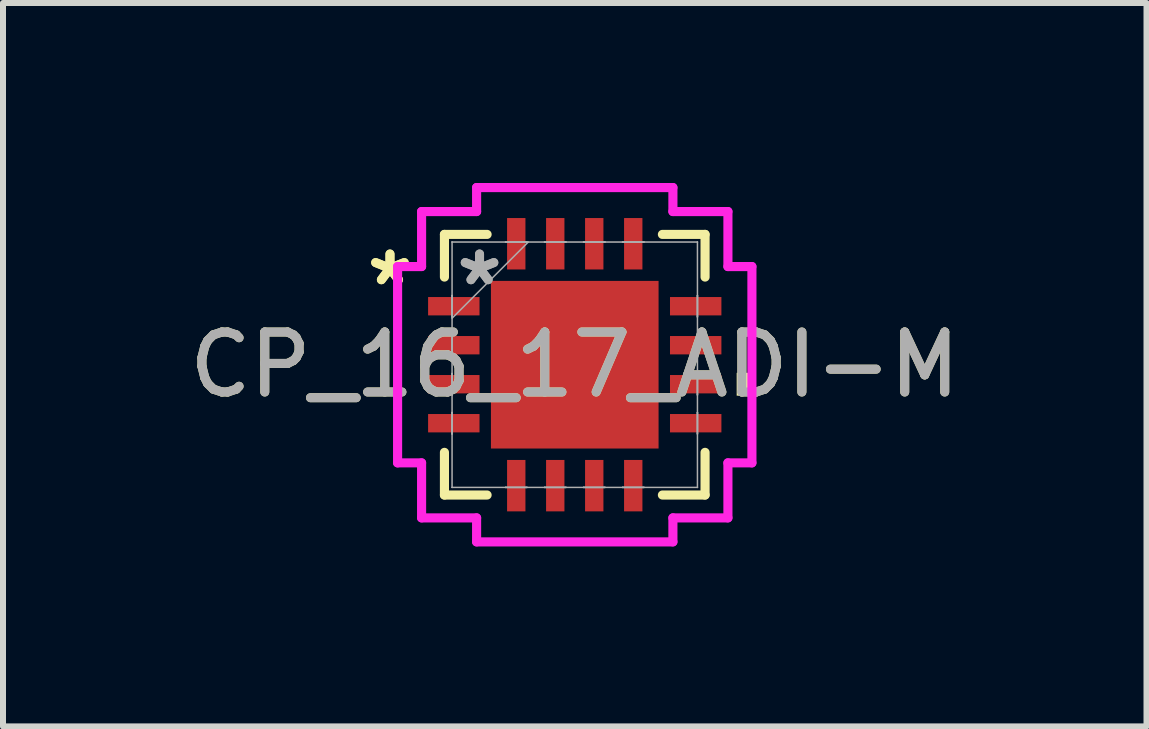
<source format=kicad_pcb>
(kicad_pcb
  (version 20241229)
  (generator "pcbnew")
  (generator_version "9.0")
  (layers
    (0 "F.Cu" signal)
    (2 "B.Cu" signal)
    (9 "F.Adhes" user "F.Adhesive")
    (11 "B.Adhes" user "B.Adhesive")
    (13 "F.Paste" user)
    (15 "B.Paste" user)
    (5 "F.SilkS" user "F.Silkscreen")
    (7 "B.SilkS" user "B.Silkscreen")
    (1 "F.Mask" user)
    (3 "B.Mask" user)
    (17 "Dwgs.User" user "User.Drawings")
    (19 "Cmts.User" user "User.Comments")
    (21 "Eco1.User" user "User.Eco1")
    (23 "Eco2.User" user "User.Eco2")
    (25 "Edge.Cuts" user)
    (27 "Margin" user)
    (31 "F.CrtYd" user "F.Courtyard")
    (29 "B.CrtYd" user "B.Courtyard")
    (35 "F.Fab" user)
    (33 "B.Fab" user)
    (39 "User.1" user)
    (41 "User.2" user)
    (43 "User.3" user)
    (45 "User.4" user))
  (footprint "CP_16_17_ADI-M"
    (layer "F.Cu")
    (at 6.53 3.029)
    (property "Reference" "CP_16_17_ADI-M" (at 0 0 0) (unlocked yes) (layer "F.SilkS") (effects (font (size 1 1) (thickness 0.15))))
    (attr smd)
    (fp_line (start -2.172 -2.172) (end -2.172 -1.461) (stroke (width 0.152) (type solid)) (layer "F.SilkS"))
    (fp_line (start -2.172 1.461) (end -2.172 2.172) (stroke (width 0.152) (type solid)) (layer "F.SilkS"))
    (fp_line (start -2.172 2.172) (end -1.461 2.172) (stroke (width 0.152) (type solid)) (layer "F.SilkS"))
    (fp_line (start -1.461 -2.172) (end -2.172 -2.172) (stroke (width 0.152) (type solid)) (layer "F.SilkS"))
    (fp_line (start 1.461 2.172) (end 2.172 2.172) (stroke (width 0.152) (type solid)) (layer "F.SilkS"))
    (fp_line (start 2.172 -2.172) (end 1.461 -2.172) (stroke (width 0.152) (type solid)) (layer "F.SilkS"))
    (fp_line (start 2.172 -1.461) (end 2.172 -2.172) (stroke (width 0.152) (type solid)) (layer "F.SilkS"))
    (fp_line (start 2.172 2.172) (end 2.172 1.461) (stroke (width 0.152) (type solid)) (layer "F.SilkS"))
    (fp_poly (pts (xy 2.953 0.135) (xy 2.953 0.516) (xy 2.699 0.516) (xy 2.699 0.135)) (stroke (width 0) (type solid)) (fill yes) (layer "F.SilkS"))
    (fp_poly (pts (xy -1.297 -1.297) (xy -1.297 -0.1) (xy -0.1 -0.1) (xy -0.1 -1.297)) (stroke (width 0) (type solid)) (fill yes) (layer "F.Paste"))
    (fp_poly (pts (xy -1.297 0.1) (xy -1.297 1.297) (xy -0.1 1.297) (xy -0.1 0.1)) (stroke (width 0) (type solid)) (fill yes) (layer "F.Paste"))
    (fp_poly (pts (xy 0.1 -1.297) (xy 0.1 -0.1) (xy 1.297 -0.1) (xy 1.297 -1.297)) (stroke (width 0) (type solid)) (fill yes) (layer "F.Paste"))
    (fp_poly (pts (xy 0.1 0.1) (xy 0.1 1.297) (xy 1.297 1.297) (xy 1.297 0.1)) (stroke (width 0) (type solid)) (fill yes) (layer "F.Paste"))
    (fp_line (start -2.953 -1.636) (end -2.553 -1.636) (stroke (width 0.152) (type solid)) (layer "F.CrtYd"))
    (fp_line (start -2.953 1.636) (end -2.953 -1.636) (stroke (width 0.152) (type solid)) (layer "F.CrtYd"))
    (fp_line (start -2.553 -2.553) (end -1.636 -2.553) (stroke (width 0.152) (type solid)) (layer "F.CrtYd"))
    (fp_line (start -2.553 -1.636) (end -2.553 -2.553) (stroke (width 0.152) (type solid)) (layer "F.CrtYd"))
    (fp_line (start -2.553 1.636) (end -2.953 1.636) (stroke (width 0.152) (type solid)) (layer "F.CrtYd"))
    (fp_line (start -2.553 2.553) (end -2.553 1.636) (stroke (width 0.152) (type solid)) (layer "F.CrtYd"))
    (fp_line (start -1.636 -2.953) (end 1.636 -2.953) (stroke (width 0.152) (type solid)) (layer "F.CrtYd"))
    (fp_line (start -1.636 -2.553) (end -1.636 -2.953) (stroke (width 0.152) (type solid)) (layer "F.CrtYd"))
    (fp_line (start -1.636 2.553) (end -2.553 2.553) (stroke (width 0.152) (type solid)) (layer "F.CrtYd"))
    (fp_line (start -1.636 2.953) (end -1.636 2.553) (stroke (width 0.152) (type solid)) (layer "F.CrtYd"))
    (fp_line (start 1.636 -2.953) (end 1.636 -2.553) (stroke (width 0.152) (type solid)) (layer "F.CrtYd"))
    (fp_line (start 1.636 -2.553) (end 2.553 -2.553) (stroke (width 0.152) (type solid)) (layer "F.CrtYd"))
    (fp_line (start 1.636 2.553) (end 1.636 2.953) (stroke (width 0.152) (type solid)) (layer "F.CrtYd"))
    (fp_line (start 1.636 2.953) (end -1.636 2.953) (stroke (width 0.152) (type solid)) (layer "F.CrtYd"))
    (fp_line (start 2.553 -2.553) (end 2.553 -1.636) (stroke (width 0.152) (type solid)) (layer "F.CrtYd"))
    (fp_line (start 2.553 -1.636) (end 2.953 -1.636) (stroke (width 0.152) (type solid)) (layer "F.CrtYd"))
    (fp_line (start 2.553 1.636) (end 2.553 2.553) (stroke (width 0.152) (type solid)) (layer "F.CrtYd"))
    (fp_line (start 2.553 2.553) (end 1.636 2.553) (stroke (width 0.152) (type solid)) (layer "F.CrtYd"))
    (fp_line (start 2.953 -1.636) (end 2.953 1.636) (stroke (width 0.152) (type solid)) (layer "F.CrtYd"))
    (fp_line (start 2.953 1.636) (end 2.553 1.636) (stroke (width 0.152) (type solid)) (layer "F.CrtYd"))
    (fp_line (start -2.045 -2.045) (end -2.045 -2.045) (stroke (width 0.025) (type solid)) (layer "F.Fab"))
    (fp_line (start -2.045 -2.045) (end -2.045 2.045) (stroke (width 0.025) (type solid)) (layer "F.Fab"))
    (fp_line (start -2.045 -1.153) (end -2.045 -1.153) (stroke (width 0.025) (type solid)) (layer "F.Fab"))
    (fp_line (start -2.045 -1.153) (end -2.045 -0.797) (stroke (width 0.025) (type solid)) (layer "F.Fab"))
    (fp_line (start -2.045 -0.797) (end -2.045 -1.153) (stroke (width 0.025) (type solid)) (layer "F.Fab"))
    (fp_line (start -2.045 -0.797) (end -2.045 -0.797) (stroke (width 0.025) (type solid)) (layer "F.Fab"))
    (fp_line (start -2.045 -0.775) (end -0.775 -2.045) (stroke (width 0.025) (type solid)) (layer "F.Fab"))
    (fp_line (start -2.045 -0.503) (end -2.045 -0.503) (stroke (width 0.025) (type solid)) (layer "F.Fab"))
    (fp_line (start -2.045 -0.503) (end -2.045 -0.147) (stroke (width 0.025) (type solid)) (layer "F.Fab"))
    (fp_line (start -2.045 -0.147) (end -2.045 -0.503) (stroke (width 0.025) (type solid)) (layer "F.Fab"))
    (fp_line (start -2.045 -0.147) (end -2.045 -0.147) (stroke (width 0.025) (type solid)) (layer "F.Fab"))
    (fp_line (start -2.045 0.147) (end -2.045 0.147) (stroke (width 0.025) (type solid)) (layer "F.Fab"))
    (fp_line (start -2.045 0.147) (end -2.045 0.503) (stroke (width 0.025) (type solid)) (layer "F.Fab"))
    (fp_line (start -2.045 0.503) (end -2.045 0.147) (stroke (width 0.025) (type solid)) (layer "F.Fab"))
    (fp_line (start -2.045 0.503) (end -2.045 0.503) (stroke (width 0.025) (type solid)) (layer "F.Fab"))
    (fp_line (start -2.045 0.797) (end -2.045 0.797) (stroke (width 0.025) (type solid)) (layer "F.Fab"))
    (fp_line (start -2.045 0.797) (end -2.045 1.153) (stroke (width 0.025) (type solid)) (layer "F.Fab"))
    (fp_line (start -2.045 1.153) (end -2.045 0.797) (stroke (width 0.025) (type solid)) (layer "F.Fab"))
    (fp_line (start -2.045 1.153) (end -2.045 1.153) (stroke (width 0.025) (type solid)) (layer "F.Fab"))
    (fp_line (start -2.045 2.045) (end -2.045 2.045) (stroke (width 0.025) (type solid)) (layer "F.Fab"))
    (fp_line (start -2.045 2.045) (end 2.045 2.045) (stroke (width 0.025) (type solid)) (layer "F.Fab"))
    (fp_line (start -1.153 -2.045) (end -1.153 -2.045) (stroke (width 0.025) (type solid)) (layer "F.Fab"))
    (fp_line (start -1.153 -2.045) (end -0.797 -2.045) (stroke (width 0.025) (type solid)) (layer "F.Fab"))
    (fp_line (start -1.153 2.045) (end -1.153 2.045) (stroke (width 0.025) (type solid)) (layer "F.Fab"))
    (fp_line (start -1.153 2.045) (end -0.797 2.045) (stroke (width 0.025) (type solid)) (layer "F.Fab"))
    (fp_line (start -0.797 -2.045) (end -1.153 -2.045) (stroke (width 0.025) (type solid)) (layer "F.Fab"))
    (fp_line (start -0.797 -2.045) (end -0.797 -2.045) (stroke (width 0.025) (type solid)) (layer "F.Fab"))
    (fp_line (start -0.797 2.045) (end -1.153 2.045) (stroke (width 0.025) (type solid)) (layer "F.Fab"))
    (fp_line (start -0.797 2.045) (end -0.797 2.045) (stroke (width 0.025) (type solid)) (layer "F.Fab"))
    (fp_line (start -0.503 -2.045) (end -0.503 -2.045) (stroke (width 0.025) (type solid)) (layer "F.Fab"))
    (fp_line (start -0.503 -2.045) (end -0.147 -2.045) (stroke (width 0.025) (type solid)) (layer "F.Fab"))
    (fp_line (start -0.503 2.045) (end -0.503 2.045) (stroke (width 0.025) (type solid)) (layer "F.Fab"))
    (fp_line (start -0.503 2.045) (end -0.147 2.045) (stroke (width 0.025) (type solid)) (layer "F.Fab"))
    (fp_line (start -0.147 -2.045) (end -0.503 -2.045) (stroke (width 0.025) (type solid)) (layer "F.Fab"))
    (fp_line (start -0.147 -2.045) (end -0.147 -2.045) (stroke (width 0.025) (type solid)) (layer "F.Fab"))
    (fp_line (start -0.147 2.045) (end -0.503 2.045) (stroke (width 0.025) (type solid)) (layer "F.Fab"))
    (fp_line (start -0.147 2.045) (end -0.147 2.045) (stroke (width 0.025) (type solid)) (layer "F.Fab"))
    (fp_line (start 0.147 -2.045) (end 0.147 -2.045) (stroke (width 0.025) (type solid)) (layer "F.Fab"))
    (fp_line (start 0.147 -2.045) (end 0.503 -2.045) (stroke (width 0.025) (type solid)) (layer "F.Fab"))
    (fp_line (start 0.147 2.045) (end 0.147 2.045) (stroke (width 0.025) (type solid)) (layer "F.Fab"))
    (fp_line (start 0.147 2.045) (end 0.503 2.045) (stroke (width 0.025) (type solid)) (layer "F.Fab"))
    (fp_line (start 0.503 -2.045) (end 0.147 -2.045) (stroke (width 0.025) (type solid)) (layer "F.Fab"))
    (fp_line (start 0.503 -2.045) (end 0.503 -2.045) (stroke (width 0.025) (type solid)) (layer "F.Fab"))
    (fp_line (start 0.503 2.045) (end 0.147 2.045) (stroke (width 0.025) (type solid)) (layer "F.Fab"))
    (fp_line (start 0.503 2.045) (end 0.503 2.045) (stroke (width 0.025) (type solid)) (layer "F.Fab"))
    (fp_line (start 0.797 -2.045) (end 0.797 -2.045) (stroke (width 0.025) (type solid)) (layer "F.Fab"))
    (fp_line (start 0.797 -2.045) (end 1.153 -2.045) (stroke (width 0.025) (type solid)) (layer "F.Fab"))
    (fp_line (start 0.797 2.045) (end 0.797 2.045) (stroke (width 0.025) (type solid)) (layer "F.Fab"))
    (fp_line (start 0.797 2.045) (end 1.153 2.045) (stroke (width 0.025) (type solid)) (layer "F.Fab"))
    (fp_line (start 1.153 -2.045) (end 0.797 -2.045) (stroke (width 0.025) (type solid)) (layer "F.Fab"))
    (fp_line (start 1.153 -2.045) (end 1.153 -2.045) (stroke (width 0.025) (type solid)) (layer "F.Fab"))
    (fp_line (start 1.153 2.045) (end 0.797 2.045) (stroke (width 0.025) (type solid)) (layer "F.Fab"))
    (fp_line (start 1.153 2.045) (end 1.153 2.045) (stroke (width 0.025) (type solid)) (layer "F.Fab"))
    (fp_line (start 2.045 -2.045) (end -2.045 -2.045) (stroke (width 0.025) (type solid)) (layer "F.Fab"))
    (fp_line (start 2.045 -2.045) (end 2.045 -2.045) (stroke (width 0.025) (type solid)) (layer "F.Fab"))
    (fp_line (start 2.045 -1.153) (end 2.045 -1.153) (stroke (width 0.025) (type solid)) (layer "F.Fab"))
    (fp_line (start 2.045 -1.153) (end 2.045 -0.797) (stroke (width 0.025) (type solid)) (layer "F.Fab"))
    (fp_line (start 2.045 -0.797) (end 2.045 -1.153) (stroke (width 0.025) (type solid)) (layer "F.Fab"))
    (fp_line (start 2.045 -0.797) (end 2.045 -0.797) (stroke (width 0.025) (type solid)) (layer "F.Fab"))
    (fp_line (start 2.045 -0.503) (end 2.045 -0.503) (stroke (width 0.025) (type solid)) (layer "F.Fab"))
    (fp_line (start 2.045 -0.503) (end 2.045 -0.147) (stroke (width 0.025) (type solid)) (layer "F.Fab"))
    (fp_line (start 2.045 -0.147) (end 2.045 -0.503) (stroke (width 0.025) (type solid)) (layer "F.Fab"))
    (fp_line (start 2.045 -0.147) (end 2.045 -0.147) (stroke (width 0.025) (type solid)) (layer "F.Fab"))
    (fp_line (start 2.045 0.147) (end 2.045 0.147) (stroke (width 0.025) (type solid)) (layer "F.Fab"))
    (fp_line (start 2.045 0.147) (end 2.045 0.503) (stroke (width 0.025) (type solid)) (layer "F.Fab"))
    (fp_line (start 2.045 0.503) (end 2.045 0.147) (stroke (width 0.025) (type solid)) (layer "F.Fab"))
    (fp_line (start 2.045 0.503) (end 2.045 0.503) (stroke (width 0.025) (type solid)) (layer "F.Fab"))
    (fp_line (start 2.045 0.797) (end 2.045 0.797) (stroke (width 0.025) (type solid)) (layer "F.Fab"))
    (fp_line (start 2.045 0.797) (end 2.045 1.153) (stroke (width 0.025) (type solid)) (layer "F.Fab"))
    (fp_line (start 2.045 1.153) (end 2.045 0.797) (stroke (width 0.025) (type solid)) (layer "F.Fab"))
    (fp_line (start 2.045 1.153) (end 2.045 1.153) (stroke (width 0.025) (type solid)) (layer "F.Fab"))
    (fp_line (start 2.045 2.045) (end 2.045 -2.045) (stroke (width 0.025) (type solid)) (layer "F.Fab"))
    (fp_line (start 2.045 2.045) (end 2.045 2.045) (stroke (width 0.025) (type solid)) (layer "F.Fab"))
    (fp_text user "*" (at -3.08 -1.3 0) (layer "F.SilkS") (effects (font (size 1 1) (thickness 0.15))))
    (fp_text user "*" (at -3.08 -1.3 0) (unlocked yes) (layer "F.SilkS") (effects (font (size 1 1) (thickness 0.15))))
    (fp_text user "*" (at -1.587 -1.3 0) (layer "F.Fab") (effects (font (size 1 1) (thickness 0.15))))
    (fp_text user "*" (at -1.587 -1.3 0) (unlocked yes) (layer "F.Fab") (effects (font (size 1 1) (thickness 0.15))))
    (fp_text user "${REFERENCE}" (at 0 0 0) (unlocked yes) (layer "F.Fab") (effects (font (size 1 1) (thickness 0.15))))
    (pad "1" smd rect (at -2.016 -0.975 90) (size 0.306 0.857) (layers "F.Cu" "F.Mask" "F.Paste"))
    (pad "2" smd rect (at -2.016 -0.325 90) (size 0.306 0.857) (layers "F.Cu" "F.Mask" "F.Paste"))
    (pad "3" smd rect (at -2.016 0.325 90) (size 0.306 0.857) (layers "F.Cu" "F.Mask" "F.Paste"))
    (pad "4" smd rect (at -2.016 0.975 90) (size 0.306 0.857) (layers "F.Cu" "F.Mask" "F.Paste"))
    (pad "5" smd rect (at -0.975 2.016) (size 0.306 0.857) (layers "F.Cu" "F.Mask" "F.Paste"))
    (pad "6" smd rect (at -0.325 2.016) (size 0.306 0.857) (layers "F.Cu" "F.Mask" "F.Paste"))
    (pad "7" smd rect (at 0.325 2.016) (size 0.306 0.857) (layers "F.Cu" "F.Mask" "F.Paste"))
    (pad "8" smd rect (at 0.975 2.016) (size 0.306 0.857) (layers "F.Cu" "F.Mask" "F.Paste"))
    (pad "9" smd rect (at 2.016 0.975 90) (size 0.306 0.857) (layers "F.Cu" "F.Mask" "F.Paste"))
    (pad "10" smd rect (at 2.016 0.325 90) (size 0.306 0.857) (layers "F.Cu" "F.Mask" "F.Paste"))
    (pad "11" smd rect (at 2.016 -0.325 90) (size 0.306 0.857) (layers "F.Cu" "F.Mask" "F.Paste"))
    (pad "12" smd rect (at 2.016 -0.975 90) (size 0.306 0.857) (layers "F.Cu" "F.Mask" "F.Paste"))
    (pad "13" smd rect (at 0.975 -2.016) (size 0.306 0.857) (layers "F.Cu" "F.Mask" "F.Paste"))
    (pad "14" smd rect (at 0.325 -2.016) (size 0.306 0.857) (layers "F.Cu" "F.Mask" "F.Paste"))
    (pad "15" smd rect (at -0.325 -2.016) (size 0.306 0.857) (layers "F.Cu" "F.Mask" "F.Paste"))
    (pad "16" smd rect (at -0.975 -2.016) (size 0.306 0.857) (layers "F.Cu" "F.Mask" "F.Paste"))
    (pad "17" smd rect (at 0 0) (size 2.794 2.794) (layers "F.Cu" "F.Mask" "F.Paste")))
  (gr_rect
    (start -3 -3)
    (end 16.06 9.058)
    (stroke (width 0.1) (type default))
    (fill no)
    (layer "Edge.Cuts")))
</source>
